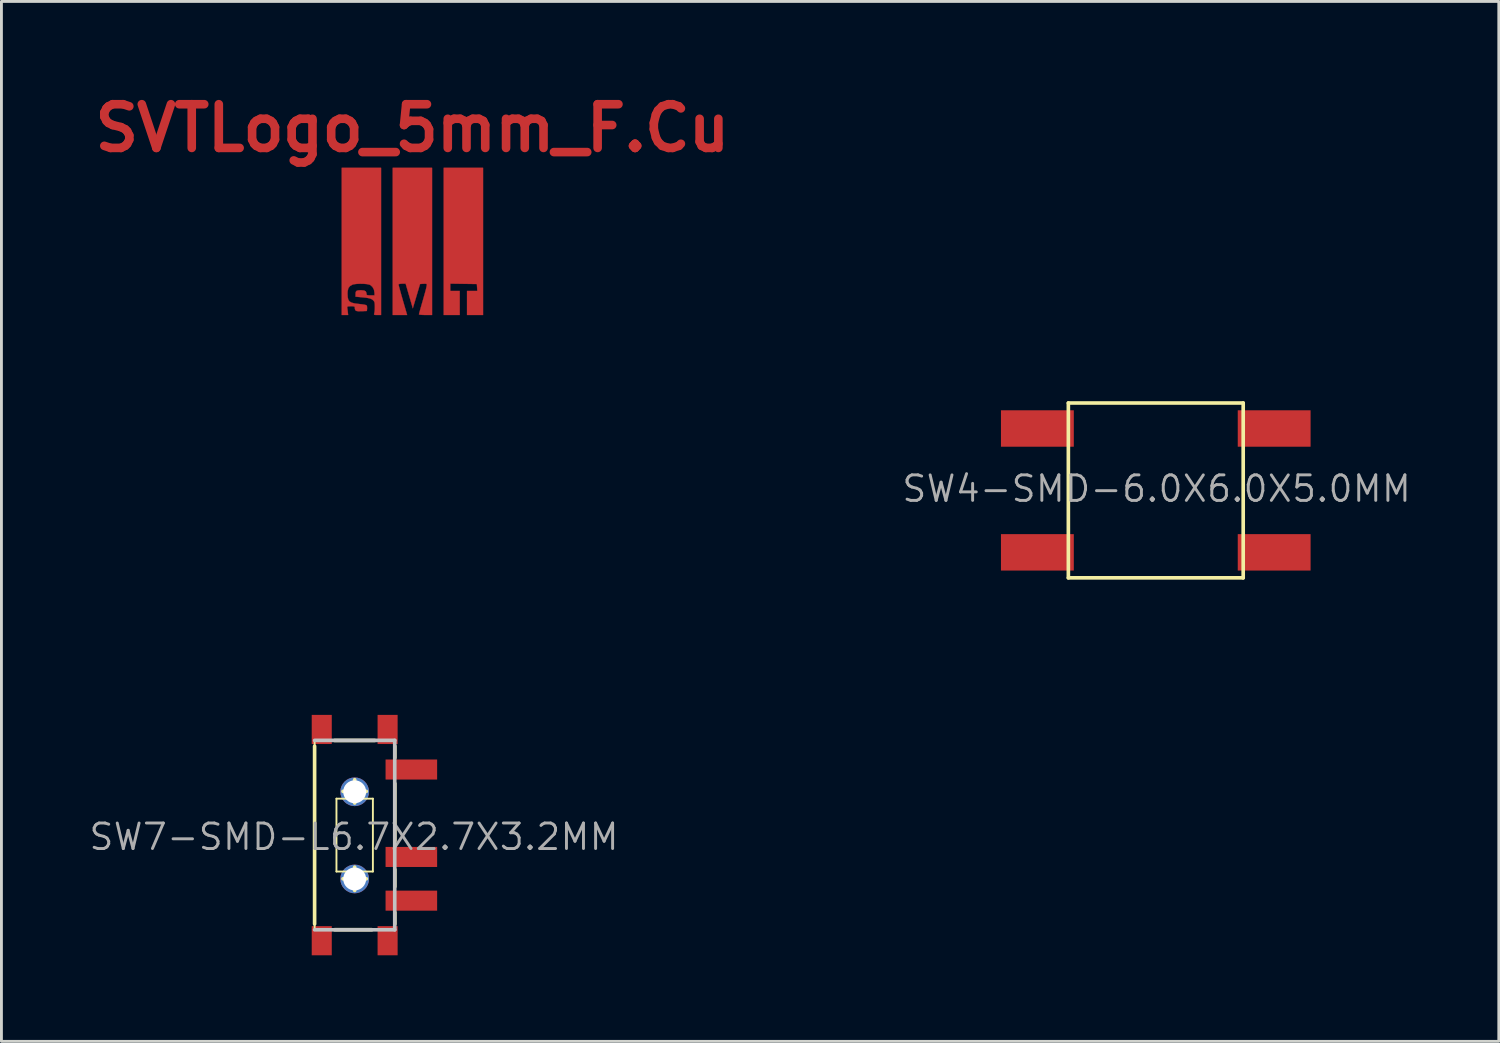
<source format=kicad_pcb>
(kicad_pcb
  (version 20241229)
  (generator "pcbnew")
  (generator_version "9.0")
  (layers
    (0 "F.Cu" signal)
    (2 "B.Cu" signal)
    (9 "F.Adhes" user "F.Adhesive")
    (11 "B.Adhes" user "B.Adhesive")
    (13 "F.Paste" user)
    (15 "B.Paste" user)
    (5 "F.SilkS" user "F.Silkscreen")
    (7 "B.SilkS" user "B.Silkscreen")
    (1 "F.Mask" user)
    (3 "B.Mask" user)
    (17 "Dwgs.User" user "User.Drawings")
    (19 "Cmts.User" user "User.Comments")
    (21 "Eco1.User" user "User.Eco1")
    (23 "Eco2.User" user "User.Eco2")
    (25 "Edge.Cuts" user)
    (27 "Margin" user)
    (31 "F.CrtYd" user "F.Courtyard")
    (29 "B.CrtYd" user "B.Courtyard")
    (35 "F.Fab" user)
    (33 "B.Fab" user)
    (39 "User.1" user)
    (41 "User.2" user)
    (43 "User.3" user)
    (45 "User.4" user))
  (footprint "SVTLogo_5mm_F.Mask"
    (layer "F.Cu")
    (at 12.671 16.356)
    (property "Reference" "SVTLogo_5mm_F.Mask" (at 0 -4 0) (layer "F.Mask") (effects (font (size 1.524 1.524) (thickness 0.3))))
    (attr through_hole)
    (fp_poly (pts (xy 2.464 2.515) (xy 1.905 2.515) (xy 1.905 1.676) (xy 2.263 1.676) (xy 2.256 1.556) (xy 2.248 1.435) (xy 1.321 1.421) (xy 1.321 1.676) (xy 1.651 1.676) (xy 1.651 2.515) (xy 1.092 2.515) (xy 1.092 -2.616) (xy 2.464 -2.616) (xy 2.464 2.515)) (stroke (width 0.01) (type solid)) (fill yes) (layer "F.Mask"))
    (fp_poly (pts (xy 0.686 2.515) (xy 0.457 2.515) (xy 0.357 2.512) (xy 0.278 2.506) (xy 0.234 2.498) (xy 0.229 2.493) (xy 0.235 2.463) (xy 0.254 2.392) (xy 0.284 2.287) (xy 0.321 2.156) (xy 0.364 2.007) (xy 0.378 1.958) (xy 0.43 1.774) (xy 0.468 1.635) (xy 0.491 1.536) (xy 0.502 1.472) (xy 0.501 1.438) (xy 0.495 1.431) (xy 0.45 1.425) (xy 0.38 1.426) (xy 0.365 1.427) (xy 0.267 1.435) (xy 0.141 1.859) (xy 0.015 2.282) (xy -0.068 1.998) (xy -0.106 1.868) (xy -0.144 1.738) (xy -0.176 1.628) (xy -0.193 1.568) (xy -0.235 1.422) (xy -0.359 1.422) (xy -0.444 1.429) (xy -0.481 1.447) (xy -0.482 1.454) (xy -0.476 1.487) (xy -0.456 1.561) (xy -0.427 1.668) (xy -0.39 1.801) (xy -0.347 1.952) (xy -0.333 2) (xy -0.183 2.515) (xy -0.686 2.515) (xy -0.686 -2.616) (xy 0.686 -2.616) (xy 0.686 2.515)) (stroke (width 0.01) (type solid)) (fill yes) (layer "F.Mask"))
    (fp_poly (pts (xy -1.092 2.515) (xy -1.221 2.515) (xy -1.296 2.513) (xy -1.331 2.505) (xy -1.337 2.484) (xy -1.329 2.457) (xy -1.318 2.403) (xy -1.311 2.317) (xy -1.309 2.226) (xy -1.312 2.13) (xy -1.321 2.07) (xy -1.342 2.029) (xy -1.377 1.993) (xy -1.417 1.964) (xy -1.465 1.943) (xy -1.531 1.926) (xy -1.624 1.911) (xy -1.756 1.897) (xy -1.81 1.892) (xy -1.981 1.876) (xy -1.981 1.779) (xy -1.975 1.714) (xy -1.951 1.676) (xy -1.899 1.657) (xy -1.809 1.651) (xy -1.781 1.651) (xy -1.682 1.661) (xy -1.624 1.692) (xy -1.601 1.75) (xy -1.6 1.77) (xy -1.596 1.804) (xy -1.574 1.821) (xy -1.524 1.828) (xy -1.46 1.829) (xy -1.321 1.829) (xy -1.321 1.746) (xy -1.34 1.631) (xy -1.393 1.534) (xy -1.47 1.468) (xy -1.499 1.456) (xy -1.586 1.437) (xy -1.702 1.427) (xy -1.829 1.425) (xy -1.952 1.431) (xy -2.051 1.445) (xy -2.093 1.458) (xy -2.178 1.508) (xy -2.231 1.577) (xy -2.256 1.678) (xy -2.261 1.77) (xy -2.255 1.891) (xy -2.235 1.98) (xy -2.192 2.042) (xy -2.12 2.084) (xy -2.013 2.111) (xy -1.862 2.13) (xy -1.843 2.132) (xy -1.74 2.144) (xy -1.656 2.158) (xy -1.605 2.173) (xy -1.597 2.178) (xy -1.581 2.219) (xy -1.579 2.284) (xy -1.579 2.289) (xy -1.587 2.375) (xy -1.776 2.382) (xy -1.885 2.384) (xy -1.954 2.373) (xy -1.99 2.347) (xy -2.005 2.3) (xy -2.006 2.267) (xy -2.011 2.234) (xy -2.034 2.217) (xy -2.087 2.211) (xy -2.144 2.21) (xy -2.223 2.212) (xy -2.263 2.222) (xy -2.274 2.242) (xy -2.272 2.254) (xy -2.264 2.307) (xy -2.254 2.384) (xy -2.252 2.407) (xy -2.24 2.515) (xy -2.464 2.515) (xy -2.464 -2.616) (xy -1.092 -2.616) (xy -1.092 2.515)) (stroke (width 0.01) (type solid)) (fill yes) (layer "F.Mask")))
  (footprint "SVTLogo_5mm_F.Cu"
    (layer "F.Cu")
    (at 11.328 5.418)
    (property "Reference" "SVTLogo_5mm_F.Cu" (at 0 -4 0) (layer "F.Cu") (effects (font (size 1.524 1.524) (thickness 0.3))))
    (attr through_hole)
    (fp_poly (pts (xy 2.464 2.515) (xy 1.905 2.515) (xy 1.905 1.676) (xy 2.263 1.676) (xy 2.256 1.556) (xy 2.248 1.435) (xy 1.321 1.421) (xy 1.321 1.676) (xy 1.651 1.676) (xy 1.651 2.515) (xy 1.092 2.515) (xy 1.092 -2.616) (xy 2.464 -2.616) (xy 2.464 2.515)) (stroke (width 0.01) (type solid)) (fill yes) (layer "F.Cu"))
    (fp_poly (pts (xy 0.686 2.515) (xy 0.457 2.515) (xy 0.357 2.512) (xy 0.278 2.506) (xy 0.234 2.498) (xy 0.229 2.493) (xy 0.235 2.463) (xy 0.254 2.392) (xy 0.284 2.287) (xy 0.321 2.156) (xy 0.364 2.007) (xy 0.378 1.958) (xy 0.43 1.774) (xy 0.468 1.635) (xy 0.491 1.536) (xy 0.502 1.472) (xy 0.501 1.438) (xy 0.495 1.431) (xy 0.45 1.425) (xy 0.38 1.426) (xy 0.365 1.427) (xy 0.267 1.435) (xy 0.141 1.859) (xy 0.015 2.282) (xy -0.068 1.998) (xy -0.106 1.868) (xy -0.144 1.738) (xy -0.176 1.628) (xy -0.193 1.568) (xy -0.235 1.422) (xy -0.359 1.422) (xy -0.444 1.429) (xy -0.481 1.447) (xy -0.482 1.454) (xy -0.476 1.487) (xy -0.456 1.561) (xy -0.427 1.668) (xy -0.39 1.801) (xy -0.347 1.952) (xy -0.333 2) (xy -0.183 2.515) (xy -0.686 2.515) (xy -0.686 -2.616) (xy 0.686 -2.616) (xy 0.686 2.515)) (stroke (width 0.01) (type solid)) (fill yes) (layer "F.Cu"))
    (fp_poly (pts (xy -1.092 2.515) (xy -1.221 2.515) (xy -1.296 2.513) (xy -1.331 2.505) (xy -1.337 2.484) (xy -1.329 2.457) (xy -1.318 2.403) (xy -1.311 2.317) (xy -1.309 2.226) (xy -1.312 2.13) (xy -1.321 2.07) (xy -1.342 2.029) (xy -1.377 1.993) (xy -1.417 1.964) (xy -1.465 1.943) (xy -1.531 1.926) (xy -1.624 1.911) (xy -1.756 1.897) (xy -1.81 1.892) (xy -1.981 1.876) (xy -1.981 1.779) (xy -1.975 1.714) (xy -1.951 1.676) (xy -1.899 1.657) (xy -1.809 1.651) (xy -1.781 1.651) (xy -1.682 1.661) (xy -1.624 1.692) (xy -1.601 1.75) (xy -1.6 1.77) (xy -1.596 1.804) (xy -1.574 1.821) (xy -1.524 1.828) (xy -1.46 1.829) (xy -1.321 1.829) (xy -1.321 1.746) (xy -1.34 1.631) (xy -1.393 1.534) (xy -1.47 1.468) (xy -1.499 1.456) (xy -1.586 1.437) (xy -1.702 1.427) (xy -1.829 1.425) (xy -1.952 1.431) (xy -2.051 1.445) (xy -2.093 1.458) (xy -2.178 1.508) (xy -2.231 1.577) (xy -2.256 1.678) (xy -2.261 1.77) (xy -2.255 1.891) (xy -2.235 1.98) (xy -2.192 2.042) (xy -2.12 2.084) (xy -2.013 2.111) (xy -1.862 2.13) (xy -1.843 2.132) (xy -1.74 2.144) (xy -1.656 2.158) (xy -1.605 2.173) (xy -1.597 2.178) (xy -1.581 2.219) (xy -1.579 2.284) (xy -1.579 2.289) (xy -1.587 2.375) (xy -1.776 2.382) (xy -1.885 2.384) (xy -1.954 2.373) (xy -1.99 2.347) (xy -2.005 2.3) (xy -2.006 2.267) (xy -2.011 2.234) (xy -2.034 2.217) (xy -2.087 2.211) (xy -2.144 2.21) (xy -2.223 2.212) (xy -2.263 2.222) (xy -2.274 2.242) (xy -2.272 2.254) (xy -2.264 2.307) (xy -2.254 2.384) (xy -2.252 2.407) (xy -2.24 2.515) (xy -2.464 2.515) (xy -2.464 -2.616) (xy -1.092 -2.616) (xy -1.092 2.515)) (stroke (width 0.01) (type solid)) (fill yes) (layer "F.Cu")))
  (footprint "SW7-SMD-L6.7X2.7X3.2MM"
    (layer "F.Cu")
    (at 9.316 26.066)
    (property "Reference" "SW7-SMD-L6.7X2.7X3.2MM" (at -0.024 0.062 0) (layer "F.Fab") (effects (font (size 0.889 0.889) (thickness 0.102))))
    (attr smd)
    (fp_line (start -1.397 -3.302) (end 1.397 -3.302) (stroke (width 0.066) (type solid)) (layer "F.SilkS"))
    (fp_line (start -1.397 3.099) (end -1.397 -3.099) (stroke (width 0.127) (type solid)) (layer "F.SilkS"))
    (fp_line (start -1.397 3.302) (end -1.397 -3.302) (stroke (width 0.066) (type solid)) (layer "F.SilkS"))
    (fp_line (start -1.397 3.302) (end 1.397 3.302) (stroke (width 0.066) (type solid)) (layer "F.SilkS"))
    (fp_line (start -0.699 -3.299) (end 0.699 -3.299) (stroke (width 0.127) (type solid)) (layer "F.SilkS"))
    (fp_line (start -0.699 3.299) (end 0.599 3.299) (stroke (width 0.127) (type solid)) (layer "F.SilkS"))
    (fp_line (start -0.635 -1.27) (end 0.635 -1.27) (stroke (width 0.066) (type solid)) (layer "F.SilkS"))
    (fp_line (start -0.635 1.27) (end -0.635 -1.27) (stroke (width 0.066) (type solid)) (layer "F.SilkS"))
    (fp_line (start -0.635 1.27) (end 0.635 1.27) (stroke (width 0.066) (type solid)) (layer "F.SilkS"))
    (fp_line (start -0.406 -1.524) (end 0.406 -1.524) (stroke (width 0.127) (type solid)) (layer "F.SilkS"))
    (fp_line (start -0.406 1.524) (end 0.406 1.524) (stroke (width 0.127) (type solid)) (layer "F.SilkS"))
    (fp_line (start 0 -1.118) (end 0 -1.93) (stroke (width 0.127) (type solid)) (layer "F.SilkS"))
    (fp_line (start 0 1.93) (end 0 1.118) (stroke (width 0.127) (type solid)) (layer "F.SilkS"))
    (fp_line (start 0.635 1.27) (end 0.635 -1.27) (stroke (width 0.066) (type solid)) (layer "F.SilkS"))
    (fp_line (start 1.397 3.302) (end 1.397 -3.302) (stroke (width 0.066) (type solid)) (layer "F.SilkS"))
    (fp_line (start 1.4 -3.099) (end 1.4 -2.697) (stroke (width 0.127) (type solid)) (layer "F.SilkS"))
    (fp_line (start 1.4 -1.798) (end 1.4 0.198) (stroke (width 0.127) (type solid)) (layer "F.SilkS"))
    (fp_line (start 1.4 1.199) (end 1.4 1.798) (stroke (width 0.127) (type solid)) (layer "F.SilkS"))
    (fp_line (start 1.4 2.697) (end 1.4 3.099) (stroke (width 0.127) (type solid)) (layer "F.SilkS"))
    (fp_circle (center 0 -1.524) (end -0.203 -1.727) (stroke (width 0.127) (type solid)) (fill no) (layer "F.SilkS"))
    (fp_circle (center 0 1.524) (end -0.203 1.727) (stroke (width 0.127) (type solid)) (fill no) (layer "F.SilkS"))
    (fp_line (start -1.397 -3.302) (end 1.397 -3.302) (stroke (width 0.127) (type solid)) (layer "Dwgs.User"))
    (fp_line (start 1.397 -3.302) (end 1.397 3.302) (stroke (width 0.127) (type solid)) (layer "Dwgs.User"))
    (fp_line (start 1.397 3.302) (end -1.397 3.302) (stroke (width 0.127) (type solid)) (layer "Dwgs.User"))
    (pad "5" thru_hole circle (at 0 -1.51) (size 1 1) (drill 0.8) (layers "*.Cu"))
    (pad "5" thru_hole circle (at 0 1.53) (size 1 1) (drill 0.8) (layers "*.Cu"))
    (pad "A" smd rect (at 1.976 -2.286) (size 1.798 0.699) (layers "F.Cu" "F.Mask" "F.Paste"))
    (pad "B" smd rect (at 1.976 2.286) (size 1.798 0.699) (layers "F.Cu" "F.Mask" "F.Paste"))
    (pad "COM" smd rect (at 1.976 0.762) (size 1.798 0.699) (layers "F.Cu" "F.Mask" "F.Paste"))
    (pad "SS1" smd rect (at -1.148 3.683 90) (size 1.016 0.699) (layers "F.Cu" "F.Mask" "F.Paste"))
    (pad "SS2" smd rect (at 1.148 3.683 90) (size 1.016 0.699) (layers "F.Cu" "F.Mask" "F.Paste"))
    (pad "SS3" smd rect (at 1.148 -3.683 90) (size 1.016 0.699) (layers "F.Cu" "F.Mask" "F.Paste"))
    (pad "SS4" smd rect (at -1.148 -3.683 90) (size 1.016 0.699) (layers "F.Cu" "F.Mask" "F.Paste")))
  (footprint "SW4-SMD-6.0X6.0X5.0MM"
    (layer "F.Cu")
    (at 37.247 14.049)
    (property "Reference" "SW4-SMD-6.0X6.0X5.0MM" (at 0.028 -0.059 0) (layer "F.Fab") (effects (font (size 0.889 0.889) (thickness 0.102))))
    (attr smd)
    (fp_line (start -3.048 -3.048) (end 3.048 -3.048) (stroke (width 0.066) (type solid)) (layer "F.SilkS"))
    (fp_line (start -3.048 -3.048) (end 3.048 -3.048) (stroke (width 0.127) (type solid)) (layer "F.SilkS"))
    (fp_line (start -3.048 3.048) (end -3.048 -3.048) (stroke (width 0.066) (type solid)) (layer "F.SilkS"))
    (fp_line (start -3.048 3.048) (end -3.048 -3.048) (stroke (width 0.127) (type solid)) (layer "F.SilkS"))
    (fp_line (start -3.048 3.048) (end 3.048 3.048) (stroke (width 0.066) (type solid)) (layer "F.SilkS"))
    (fp_line (start 3.048 -3.048) (end 3.048 3.048) (stroke (width 0.127) (type solid)) (layer "F.SilkS"))
    (fp_line (start 3.048 3.048) (end -3.048 3.048) (stroke (width 0.127) (type solid)) (layer "F.SilkS"))
    (fp_line (start 3.048 3.048) (end 3.048 -3.048) (stroke (width 0.066) (type solid)) (layer "F.SilkS"))
    (pad "1" smd rect (at -4.128 -2.159) (size 2.54 1.27) (layers "F.Cu" "F.Mask" "F.Paste"))
    (pad "2" smd rect (at -4.128 2.159) (size 2.54 1.27) (layers "F.Cu" "F.Mask" "F.Paste"))
    (pad "3" smd rect (at 4.128 2.159) (size 2.54 1.27) (layers "F.Cu" "F.Mask" "F.Paste"))
    (pad "4" smd rect (at 4.128 -2.159) (size 2.54 1.27) (layers "F.Cu" "F.Mask" "F.Paste")))
  (gr_rect
    (start -3 -3)
    (end 49.207 33.257)
    (stroke (width 0.1) (type default))
    (fill no)
    (layer "Edge.Cuts")))
</source>
